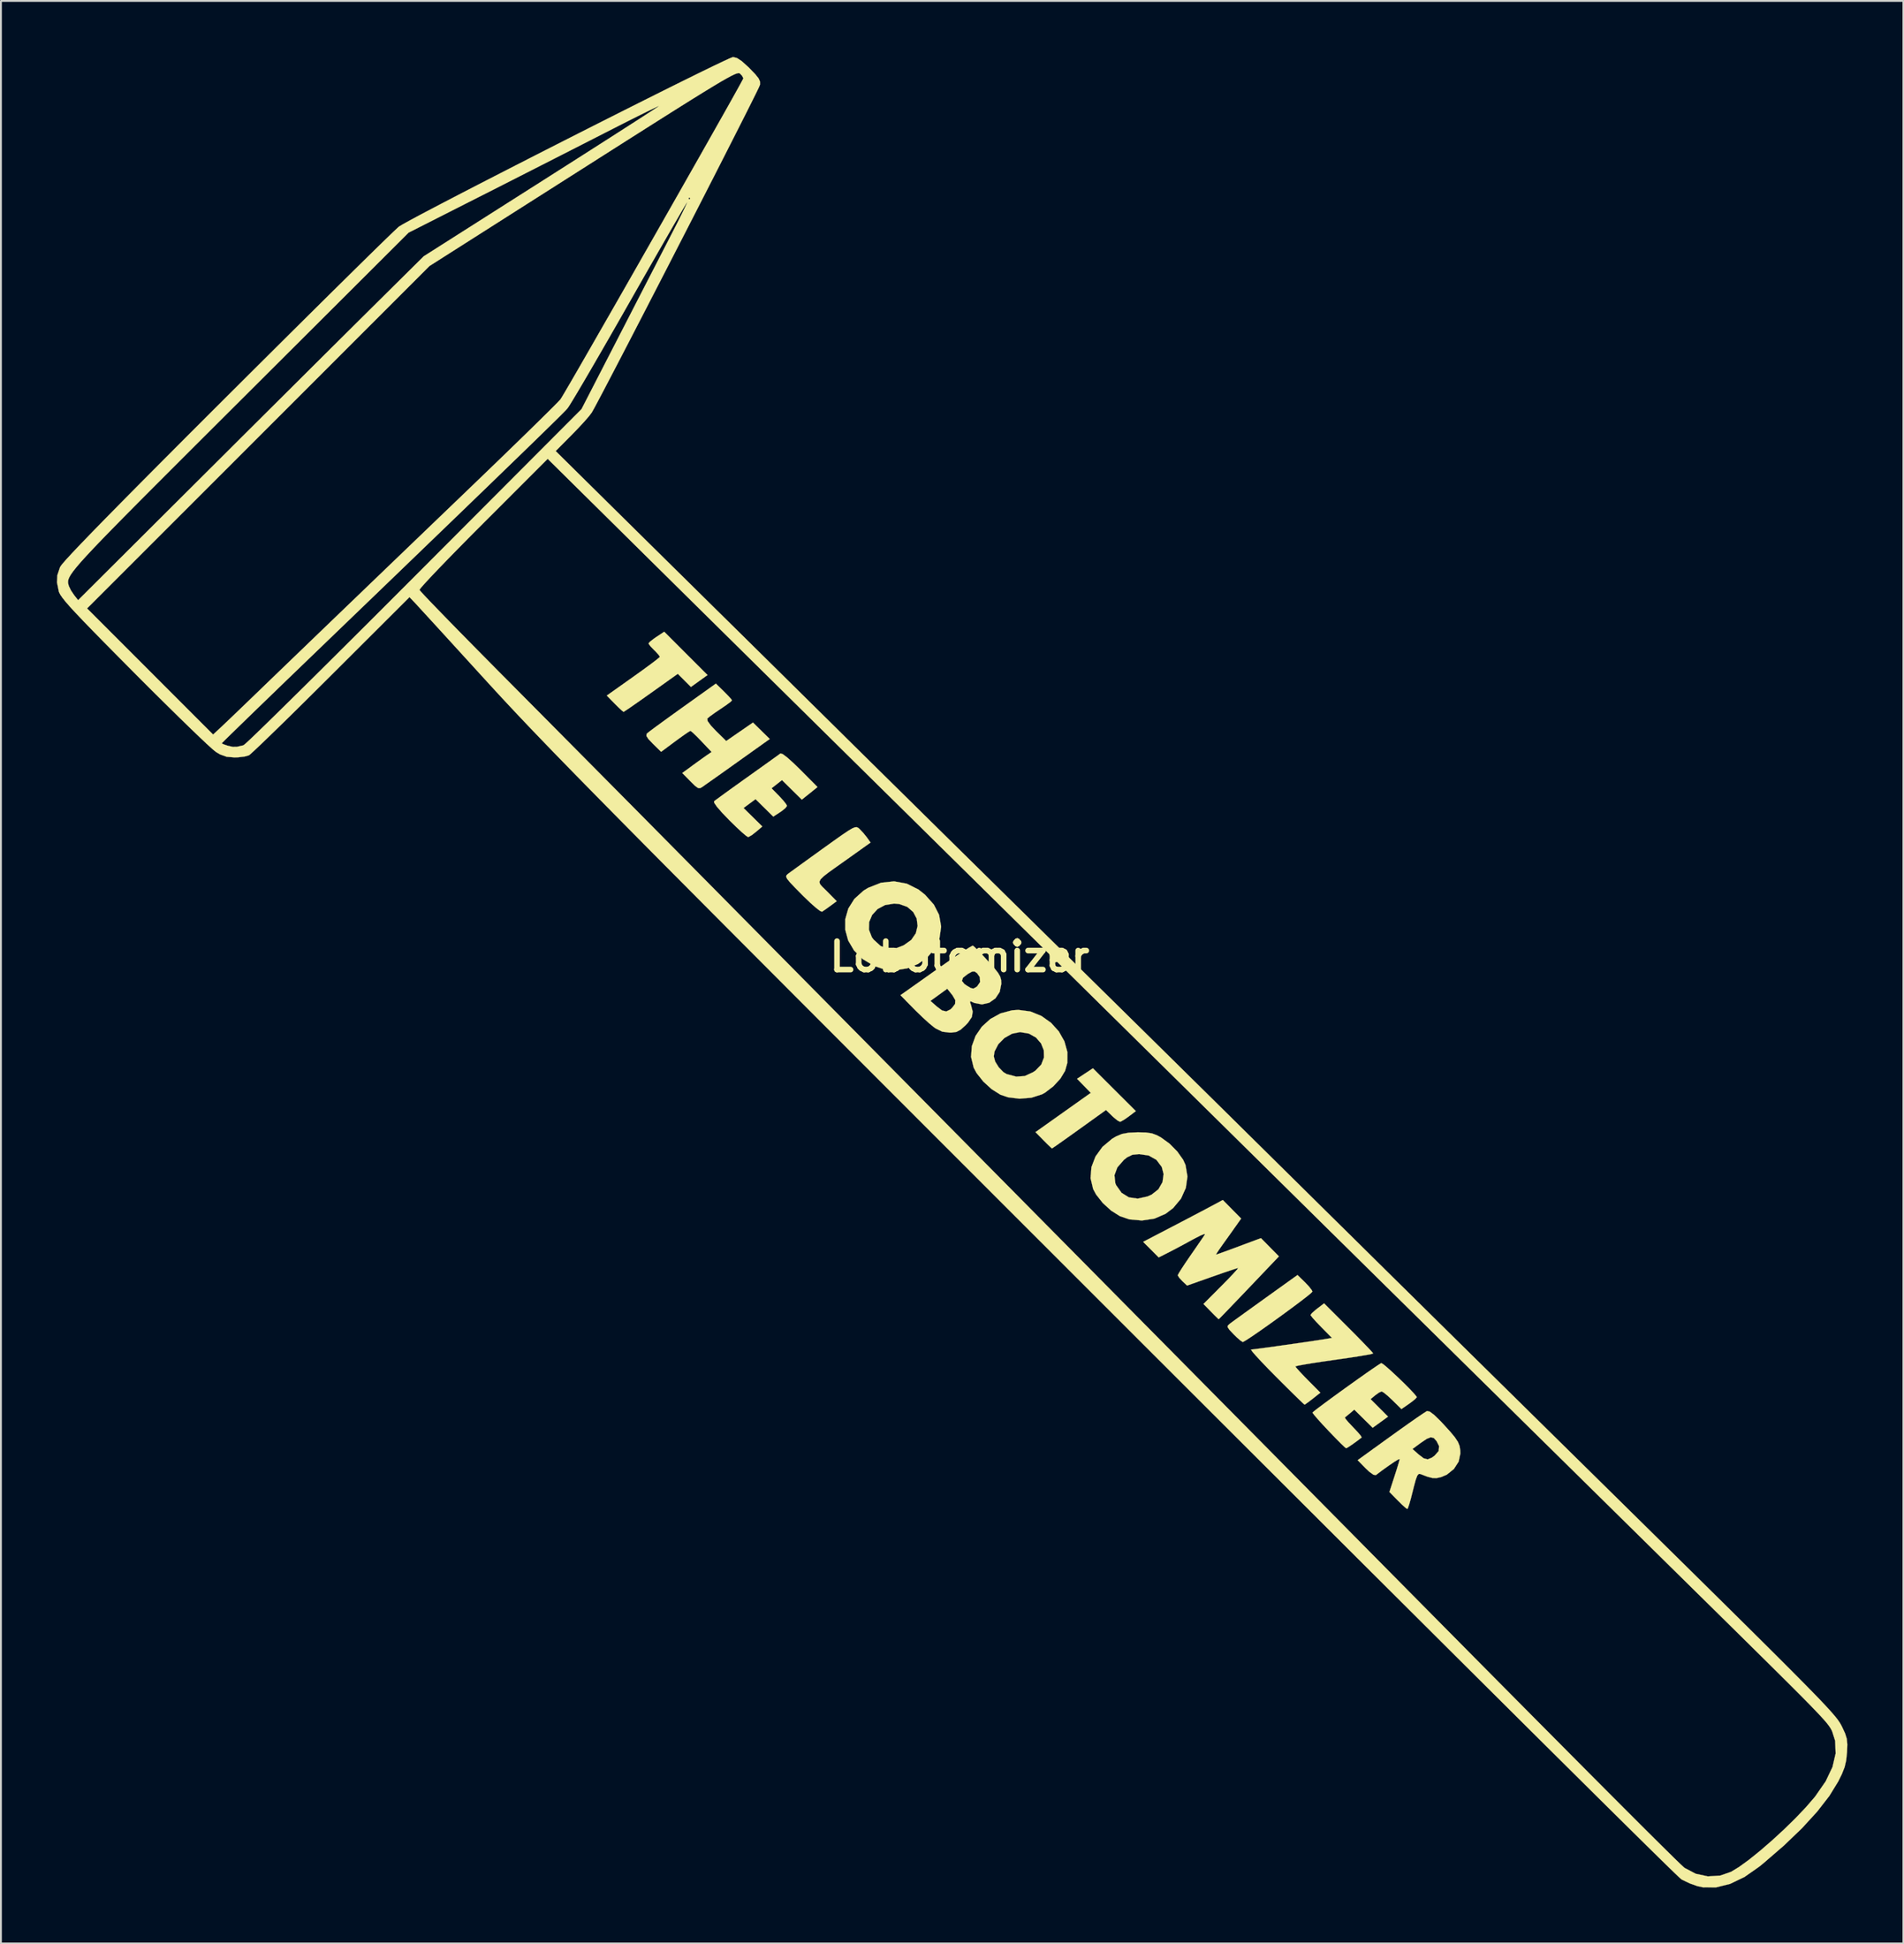
<source format=kicad_pcb>
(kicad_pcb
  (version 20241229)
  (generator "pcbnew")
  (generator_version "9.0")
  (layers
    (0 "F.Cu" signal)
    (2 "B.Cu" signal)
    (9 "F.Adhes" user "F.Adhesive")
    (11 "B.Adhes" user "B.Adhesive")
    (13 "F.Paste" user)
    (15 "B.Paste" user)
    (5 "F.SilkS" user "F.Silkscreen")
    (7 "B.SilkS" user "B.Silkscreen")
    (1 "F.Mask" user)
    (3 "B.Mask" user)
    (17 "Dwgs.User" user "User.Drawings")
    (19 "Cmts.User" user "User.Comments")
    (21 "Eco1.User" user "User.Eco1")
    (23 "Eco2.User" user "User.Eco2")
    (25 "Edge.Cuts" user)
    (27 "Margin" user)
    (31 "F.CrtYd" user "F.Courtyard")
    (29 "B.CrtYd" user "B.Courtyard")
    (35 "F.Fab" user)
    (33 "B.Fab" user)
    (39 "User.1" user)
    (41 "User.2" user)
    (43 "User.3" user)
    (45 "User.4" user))
  (footprint "Lobotomizer"
    (layer "F.Cu")
    (at 48.349 48.163)
    (property "Reference" "Lobotomizer" (at 0 0 0) (layer "F.SilkS") (effects (font (size 1.524 1.524) (thickness 0.3))))
    (attr through_hole)
    (fp_poly (pts (xy 8.288 7.12) (xy 9.437 8.265) (xy 9.062 8.549) (xy 8.818 8.72) (xy 8.635 8.823) (xy 8.59 8.836) (xy 8.464 8.773) (xy 8.26 8.609) (xy 8.166 8.522) (xy 7.84 8.206) (xy 6.407 9.234) (xy 5.94 9.568) (xy 5.533 9.857) (xy 5.214 10.082) (xy 5.01 10.222) (xy 4.947 10.262) (xy 4.867 10.195) (xy 4.688 10.023) (xy 4.492 9.826) (xy 4.064 9.391) (xy 5.545 8.34) (xy 7.026 7.289) (xy 6.658 6.912) (xy 6.29 6.535) (xy 7.139 5.974) (xy 8.288 7.12)) (stroke (width 0.01) (type solid)) (fill yes) (layer "F.SilkS"))
    (fp_poly (pts (xy 18.497 17.43) (xy 18.719 17.665) (xy 18.863 17.853) (xy 18.895 17.928) (xy 18.816 18.012) (xy 18.598 18.19) (xy 18.271 18.443) (xy 17.864 18.748) (xy 17.405 19.086) (xy 16.924 19.435) (xy 16.448 19.775) (xy 16.008 20.084) (xy 15.632 20.341) (xy 15.348 20.526) (xy 15.187 20.618) (xy 15.165 20.625) (xy 15.052 20.557) (xy 14.851 20.383) (xy 14.676 20.212) (xy 14.453 19.975) (xy 14.356 19.835) (xy 14.368 19.742) (xy 14.473 19.648) (xy 14.478 19.644) (xy 14.62 19.539) (xy 14.899 19.336) (xy 15.287 19.056) (xy 15.755 18.72) (xy 16.275 18.346) (xy 16.389 18.264) (xy 18.097 17.04) (xy 18.497 17.43)) (stroke (width 0.01) (type solid)) (fill yes) (layer "F.SilkS"))
    (fp_poly (pts (xy -14.663 -16.236) (xy -13.504 -15.078) (xy -13.948 -14.759) (xy -14.392 -14.44) (xy -14.744 -14.792) (xy -15.096 -15.144) (xy -16.527 -14.125) (xy -16.996 -13.793) (xy -17.406 -13.506) (xy -17.728 -13.283) (xy -17.936 -13.145) (xy -18 -13.106) (xy -18.088 -13.173) (xy -18.273 -13.346) (xy -18.47 -13.542) (xy -18.898 -13.978) (xy -17.476 -14.986) (xy -17.01 -15.319) (xy -16.608 -15.613) (xy -16.297 -15.847) (xy -16.104 -16.002) (xy -16.053 -16.055) (xy -16.12 -16.157) (xy -16.286 -16.339) (xy -16.358 -16.408) (xy -16.548 -16.606) (xy -16.654 -16.746) (xy -16.662 -16.77) (xy -16.585 -16.861) (xy -16.387 -17.016) (xy -16.242 -17.117) (xy -15.821 -17.395) (xy -14.663 -16.236)) (stroke (width 0.01) (type solid)) (fill yes) (layer "F.SilkS"))
    (fp_poly (pts (xy -5.432 -6.897) (xy -5.371 -6.846) (xy -5.154 -6.618) (xy -4.966 -6.383) (xy -4.772 -6.111) (xy -6.018 -5.223) (xy -6.582 -4.824) (xy -7 -4.525) (xy -7.284 -4.305) (xy -7.449 -4.142) (xy -7.51 -4.012) (xy -7.481 -3.893) (xy -7.375 -3.763) (xy -7.207 -3.599) (xy -7.106 -3.499) (xy -6.585 -2.971) (xy -6.925 -2.72) (xy -7.165 -2.547) (xy -7.344 -2.426) (xy -7.373 -2.408) (xy -7.481 -2.454) (xy -7.699 -2.622) (xy -7.999 -2.887) (xy -8.351 -3.224) (xy -8.44 -3.313) (xy -8.824 -3.703) (xy -9.083 -3.976) (xy -9.232 -4.158) (xy -9.29 -4.276) (xy -9.275 -4.356) (xy -9.205 -4.424) (xy -9.195 -4.432) (xy -9.053 -4.537) (xy -8.774 -4.739) (xy -8.386 -5.02) (xy -7.919 -5.357) (xy -7.4 -5.731) (xy -7.287 -5.812) (xy -6.716 -6.221) (xy -6.286 -6.525) (xy -5.974 -6.735) (xy -5.756 -6.865) (xy -5.609 -6.927) (xy -5.509 -6.933) (xy -5.432 -6.897)) (stroke (width 0.01) (type solid)) (fill yes) (layer "F.SilkS"))
    (fp_poly (pts (xy -9.479 -10.847) (xy -9.245 -10.673) (xy -8.907 -10.371) (xy -8.55 -10.024) (xy -7.613 -9.082) (xy -8.452 -8.408) (xy -8.983 -8.932) (xy -9.514 -9.456) (xy -10.074 -9.015) (xy -9.66 -8.593) (xy -9.436 -8.349) (xy -9.286 -8.156) (xy -9.247 -8.073) (xy -9.326 -7.963) (xy -9.522 -7.801) (xy -9.615 -7.738) (xy -9.982 -7.5) (xy -10.931 -8.435) (xy -11.253 -8.197) (xy -11.574 -7.96) (xy -11.072 -7.466) (xy -10.57 -6.971) (xy -10.899 -6.69) (xy -11.125 -6.514) (xy -11.297 -6.414) (xy -11.331 -6.405) (xy -11.438 -6.472) (xy -11.656 -6.657) (xy -11.954 -6.933) (xy -12.302 -7.273) (xy -12.343 -7.314) (xy -12.732 -7.719) (xy -13.003 -8.032) (xy -13.144 -8.239) (xy -13.154 -8.318) (xy -13.044 -8.402) (xy -12.795 -8.585) (xy -12.434 -8.847) (xy -11.987 -9.168) (xy -11.481 -9.53) (xy -11.379 -9.602) (xy -10.864 -9.97) (xy -10.402 -10.299) (xy -10.021 -10.573) (xy -9.746 -10.77) (xy -9.605 -10.873) (xy -9.595 -10.88) (xy -9.479 -10.847)) (stroke (width 0.01) (type solid)) (fill yes) (layer "F.SilkS"))
    (fp_poly (pts (xy -2.836 -3.911) (xy -2.201 -3.594) (xy -1.854 -3.318) (xy -1.382 -2.79) (xy -1.101 -2.242) (xy -0.996 -1.645) (xy -0.994 -1.584) (xy -1.082 -0.972) (xy -1.337 -0.427) (xy -1.728 0.032) (xy -2.228 0.388) (xy -2.804 0.624) (xy -3.429 0.722) (xy -4.071 0.666) (xy -4.572 0.5) (xy -5.189 0.13) (xy -5.655 -0.335) (xy -5.968 -0.866) (xy -6.124 -1.436) (xy -6.124 -1.447) (xy -4.859 -1.447) (xy -4.702 -1.043) (xy -4.606 -0.913) (xy -4.229 -0.571) (xy -3.825 -0.424) (xy -3.369 -0.465) (xy -3.002 -0.607) (xy -2.592 -0.895) (xy -2.345 -1.254) (xy -2.25 -1.649) (xy -2.299 -2.04) (xy -2.485 -2.391) (xy -2.798 -2.664) (xy -3.23 -2.821) (xy -3.505 -2.845) (xy -3.995 -2.765) (xy -4.395 -2.551) (xy -4.686 -2.236) (xy -4.847 -1.856) (xy -4.859 -1.447) (xy -6.124 -1.447) (xy -6.123 -2.016) (xy -5.962 -2.577) (xy -5.638 -3.093) (xy -5.15 -3.533) (xy -4.898 -3.687) (xy -4.205 -3.96) (xy -3.511 -4.034) (xy -2.836 -3.911)) (stroke (width 0.01) (type solid)) (fill yes) (layer "F.SilkS"))
    (fp_poly (pts (xy 3.792 2.933) (xy 4.381 3.173) (xy 4.895 3.538) (xy 5.313 4) (xy 5.612 4.531) (xy 5.771 5.102) (xy 5.768 5.685) (xy 5.648 6.11) (xy 5.397 6.526) (xy 5.02 6.936) (xy 4.585 7.27) (xy 4.406 7.369) (xy 3.842 7.549) (xy 3.208 7.601) (xy 2.587 7.525) (xy 2.184 7.386) (xy 1.713 7.089) (xy 1.266 6.681) (xy 0.908 6.227) (xy 0.752 5.936) (xy 0.613 5.362) (xy 0.615 5.337) (xy 1.829 5.337) (xy 1.905 5.616) (xy 2.096 5.923) (xy 2.343 6.178) (xy 2.515 6.282) (xy 3.032 6.42) (xy 3.484 6.39) (xy 3.933 6.184) (xy 4.061 6.098) (xy 4.373 5.774) (xy 4.517 5.398) (xy 4.508 5.008) (xy 4.361 4.639) (xy 4.091 4.329) (xy 3.713 4.116) (xy 3.24 4.036) (xy 3.238 4.036) (xy 2.803 4.123) (xy 2.398 4.353) (xy 2.072 4.684) (xy 1.87 5.072) (xy 1.829 5.337) (xy 0.615 5.337) (xy 0.655 4.788) (xy 0.854 4.24) (xy 1.191 3.747) (xy 1.644 3.336) (xy 2.192 3.034) (xy 2.812 2.869) (xy 3.15 2.847) (xy 3.792 2.933)) (stroke (width 0.01) (type solid)) (fill yes) (layer "F.SilkS"))
    (fp_poly (pts (xy 9.986 9.411) (xy 10.299 9.458) (xy 10.569 9.559) (xy 10.786 9.677) (xy 11.245 10.011) (xy 11.657 10.428) (xy 11.97 10.869) (xy 12.099 11.151) (xy 12.201 11.766) (xy 12.115 12.377) (xy 11.856 12.951) (xy 11.437 13.455) (xy 11.03 13.763) (xy 10.432 14.021) (xy 9.765 14.121) (xy 9.094 14.061) (xy 8.585 13.889) (xy 8.114 13.591) (xy 7.667 13.183) (xy 7.309 12.729) (xy 7.153 12.438) (xy 7.014 11.858) (xy 7.027 11.698) (xy 8.292 11.698) (xy 8.338 12.121) (xy 8.384 12.233) (xy 8.675 12.642) (xy 9.066 12.883) (xy 9.534 12.951) (xy 10.056 12.838) (xy 10.286 12.736) (xy 10.647 12.452) (xy 10.867 12.068) (xy 10.926 11.638) (xy 10.828 11.256) (xy 10.541 10.874) (xy 10.124 10.641) (xy 9.614 10.566) (xy 9.256 10.602) (xy 8.972 10.738) (xy 8.798 10.876) (xy 8.446 11.281) (xy 8.292 11.698) (xy 7.027 11.698) (xy 7.06 11.267) (xy 7.277 10.697) (xy 7.651 10.18) (xy 8.167 9.747) (xy 8.382 9.62) (xy 8.692 9.49) (xy 9.055 9.422) (xy 9.543 9.4) (xy 9.55 9.4) (xy 9.986 9.411)) (stroke (width 0.01) (type solid)) (fill yes) (layer "F.SilkS"))
    (fp_poly (pts (xy -12.624 -14.197) (xy -12.394 -13.963) (xy -12.237 -13.788) (xy -12.193 -13.72) (xy -12.271 -13.642) (xy -12.479 -13.486) (xy -12.772 -13.286) (xy -12.808 -13.262) (xy -13.125 -13.047) (xy -13.377 -12.865) (xy -13.513 -12.751) (xy -13.516 -12.747) (xy -13.498 -12.612) (xy -13.318 -12.366) (xy -13.056 -12.09) (xy -12.503 -11.545) (xy -11.786 -12.039) (xy -11.069 -12.534) (xy -10.172 -11.654) (xy -11.614 -10.627) (xy -12.105 -10.277) (xy -12.554 -9.957) (xy -12.93 -9.691) (xy -13.198 -9.501) (xy -13.31 -9.423) (xy -13.574 -9.237) (xy -13.772 -9.095) (xy -13.898 -9.022) (xy -14.015 -9.032) (xy -14.173 -9.148) (xy -14.417 -9.388) (xy -14.854 -9.833) (xy -14.311 -10.231) (xy -13.987 -10.466) (xy -13.695 -10.675) (xy -13.526 -10.794) (xy -13.285 -10.959) (xy -13.82 -11.524) (xy -14.082 -11.794) (xy -14.291 -11.994) (xy -14.408 -12.088) (xy -14.417 -12.09) (xy -14.52 -12.034) (xy -14.746 -11.881) (xy -15.055 -11.661) (xy -15.234 -11.529) (xy -15.989 -10.968) (xy -16.428 -11.398) (xy -16.67 -11.653) (xy -16.775 -11.816) (xy -16.763 -11.926) (xy -16.739 -11.954) (xy -16.621 -12.049) (xy -16.364 -12.242) (xy -15.993 -12.513) (xy -15.536 -12.845) (xy -15.018 -13.217) (xy -14.834 -13.349) (xy -13.056 -14.618) (xy -12.624 -14.197)) (stroke (width 0.01) (type solid)) (fill yes) (layer "F.SilkS"))
    (fp_poly (pts (xy 20.835 19.87) (xy 21.253 20.289) (xy 21.615 20.66) (xy 21.901 20.957) (xy 22.086 21.158) (xy 22.149 21.237) (xy 22.053 21.268) (xy 21.785 21.32) (xy 21.376 21.389) (xy 20.854 21.47) (xy 20.249 21.558) (xy 20.066 21.584) (xy 19.443 21.673) (xy 18.894 21.757) (xy 18.45 21.831) (xy 18.139 21.889) (xy 17.991 21.926) (xy 17.983 21.932) (xy 18.05 22.026) (xy 18.23 22.227) (xy 18.49 22.501) (xy 18.652 22.665) (xy 19.32 23.338) (xy 18.916 23.658) (xy 18.679 23.84) (xy 18.516 23.956) (xy 18.475 23.978) (xy 18.396 23.909) (xy 18.195 23.718) (xy 17.894 23.425) (xy 17.516 23.052) (xy 17.083 22.62) (xy 16.967 22.504) (xy 16.532 22.064) (xy 16.16 21.675) (xy 15.869 21.361) (xy 15.679 21.141) (xy 15.608 21.037) (xy 15.613 21.031) (xy 15.747 21.017) (xy 16.043 20.979) (xy 16.463 20.923) (xy 16.968 20.853) (xy 17.52 20.775) (xy 18.081 20.695) (xy 18.611 20.618) (xy 19.073 20.549) (xy 19.427 20.495) (xy 19.598 20.467) (xy 19.943 20.407) (xy 19.37 19.827) (xy 19.102 19.549) (xy 18.901 19.325) (xy 18.801 19.194) (xy 18.796 19.179) (xy 18.87 19.082) (xy 19.055 18.916) (xy 19.158 18.835) (xy 19.521 18.558) (xy 20.835 19.87)) (stroke (width 0.01) (type solid)) (fill yes) (layer "F.SilkS"))
    (fp_poly (pts (xy 22.682 21.81) (xy 22.887 21.978) (xy 23.165 22.227) (xy 23.483 22.524) (xy 23.806 22.836) (xy 24.1 23.131) (xy 24.331 23.376) (xy 24.465 23.539) (xy 24.486 23.581) (xy 24.409 23.671) (xy 24.215 23.829) (xy 24.075 23.93) (xy 23.664 24.215) (xy 23.182 23.741) (xy 22.923 23.5) (xy 22.714 23.33) (xy 22.603 23.27) (xy 22.462 23.332) (xy 22.26 23.477) (xy 22.257 23.479) (xy 22.011 23.684) (xy 22.479 24.152) (xy 22.946 24.62) (xy 22.535 24.918) (xy 22.124 25.216) (xy 21.139 24.245) (xy 20.907 24.441) (xy 20.728 24.589) (xy 20.631 24.665) (xy 20.674 24.745) (xy 20.829 24.929) (xy 21.064 25.178) (xy 21.082 25.197) (xy 21.321 25.45) (xy 21.483 25.642) (xy 21.534 25.734) (xy 21.533 25.736) (xy 21.291 25.921) (xy 21.035 26.106) (xy 20.821 26.25) (xy 20.706 26.314) (xy 20.703 26.314) (xy 20.616 26.245) (xy 20.418 26.056) (xy 20.139 25.774) (xy 19.806 25.429) (xy 19.773 25.395) (xy 19.44 25.04) (xy 19.166 24.736) (xy 18.978 24.515) (xy 18.902 24.407) (xy 18.902 24.404) (xy 18.981 24.331) (xy 19.198 24.163) (xy 19.524 23.919) (xy 19.929 23.621) (xy 20.386 23.289) (xy 20.864 22.945) (xy 21.335 22.609) (xy 21.77 22.302) (xy 22.14 22.045) (xy 22.417 21.858) (xy 22.571 21.762) (xy 22.584 21.756) (xy 22.682 21.81)) (stroke (width 0.01) (type solid)) (fill yes) (layer "F.SilkS"))
    (fp_poly (pts (xy 14.587 13.521) (xy 15.078 14.018) (xy 14.771 14.451) (xy 14.536 14.783) (xy 14.257 15.173) (xy 14.081 15.418) (xy 13.891 15.689) (xy 13.765 15.881) (xy 13.732 15.951) (xy 13.835 15.917) (xy 14.091 15.826) (xy 14.462 15.691) (xy 14.91 15.525) (xy 14.954 15.508) (xy 16.14 15.066) (xy 17.101 16.042) (xy 15.498 17.724) (xy 15.039 18.204) (xy 14.631 18.63) (xy 14.291 18.983) (xy 14.041 19.241) (xy 13.9 19.384) (xy 13.876 19.406) (xy 13.802 19.339) (xy 13.629 19.169) (xy 13.461 18.998) (xy 13.062 18.59) (xy 14.022 17.626) (xy 14.369 17.274) (xy 14.65 16.979) (xy 14.841 16.768) (xy 14.918 16.667) (xy 14.916 16.662) (xy 14.802 16.695) (xy 14.532 16.783) (xy 14.145 16.914) (xy 13.676 17.078) (xy 13.517 17.133) (xy 12.183 17.604) (xy 11.934 17.37) (xy 11.764 17.188) (xy 11.685 17.061) (xy 11.684 17.055) (xy 11.739 16.944) (xy 11.889 16.704) (xy 12.11 16.369) (xy 12.377 15.98) (xy 12.654 15.58) (xy 12.892 15.234) (xy 13.065 14.981) (xy 13.144 14.859) (xy 13.099 14.846) (xy 12.912 14.92) (xy 12.621 15.066) (xy 12.477 15.144) (xy 12.043 15.381) (xy 11.594 15.621) (xy 11.224 15.814) (xy 11.2 15.826) (xy 10.664 16.097) (xy 10.248 15.68) (xy 9.831 15.264) (xy 11.342 14.477) (xy 11.903 14.185) (xy 12.453 13.896) (xy 12.945 13.638) (xy 13.33 13.434) (xy 13.475 13.357) (xy 14.097 13.023) (xy 14.587 13.521)) (stroke (width 0.01) (type solid)) (fill yes) (layer "F.SilkS"))
    (fp_poly (pts (xy 25.177 24.35) (xy 25.406 24.52) (xy 25.736 24.84) (xy 25.884 24.996) (xy 26.266 25.415) (xy 26.527 25.728) (xy 26.69 25.975) (xy 26.778 26.194) (xy 26.813 26.425) (xy 26.819 26.59) (xy 26.728 27.028) (xy 26.473 27.423) (xy 26.094 27.727) (xy 25.806 27.85) (xy 25.559 27.908) (xy 25.332 27.907) (xy 25.058 27.836) (xy 24.674 27.69) (xy 24.59 27.688) (xy 24.513 27.778) (xy 24.432 27.991) (xy 24.332 28.357) (xy 24.273 28.594) (xy 24.169 29.005) (xy 24.075 29.331) (xy 24.005 29.527) (xy 23.979 29.566) (xy 23.882 29.499) (xy 23.688 29.324) (xy 23.47 29.109) (xy 23.021 28.652) (xy 23.296 27.807) (xy 23.42 27.419) (xy 23.515 27.107) (xy 23.566 26.919) (xy 23.571 26.889) (xy 23.496 26.911) (xy 23.293 27.034) (xy 22.994 27.236) (xy 22.633 27.495) (xy 22.294 27.75) (xy 22.163 27.729) (xy 21.939 27.568) (xy 21.753 27.392) (xy 21.32 26.951) (xy 22.149 26.352) (xy 24.255 26.352) (xy 24.575 26.638) (xy 24.851 26.85) (xy 25.069 26.908) (xy 25.296 26.816) (xy 25.437 26.713) (xy 25.657 26.464) (xy 25.681 26.199) (xy 25.547 25.931) (xy 25.399 25.766) (xy 25.239 25.723) (xy 25.022 25.807) (xy 24.701 26.024) (xy 24.695 26.028) (xy 24.255 26.352) (xy 22.149 26.352) (xy 23.097 25.668) (xy 23.63 25.286) (xy 24.114 24.943) (xy 24.523 24.658) (xy 24.83 24.45) (xy 25.009 24.336) (xy 25.036 24.322) (xy 25.177 24.35)) (stroke (width 0.01) (type solid)) (fill yes) (layer "F.SilkS"))
    (fp_poly (pts (xy 0.811 -0.506) (xy 1.016 -0.304) (xy 1.29 -0.016) (xy 1.517 0.231) (xy 1.842 0.595) (xy 2.052 0.857) (xy 2.17 1.058) (xy 2.222 1.24) (xy 2.233 1.447) (xy 2.233 1.45) (xy 2.146 1.884) (xy 1.916 2.231) (xy 1.586 2.463) (xy 1.196 2.553) (xy 0.789 2.475) (xy 0.706 2.436) (xy 0.575 2.381) (xy 0.561 2.451) (xy 0.611 2.595) (xy 0.7 2.941) (xy 0.653 3.23) (xy 0.453 3.525) (xy 0.317 3.67) (xy 0.054 3.908) (xy -0.169 4.026) (xy -0.438 4.063) (xy -0.532 4.064) (xy -0.928 4.014) (xy -1.285 3.839) (xy -1.382 3.77) (xy -1.633 3.564) (xy -1.966 3.262) (xy -2.325 2.916) (xy -2.472 2.769) (xy -2.868 2.365) (xy -1.562 2.365) (xy -1.236 2.656) (xy -0.944 2.876) (xy -0.714 2.931) (xy -0.497 2.826) (xy -0.406 2.743) (xy -0.242 2.529) (xy -0.231 2.326) (xy -0.376 2.074) (xy -0.433 2) (xy -0.662 1.714) (xy -1.112 2.04) (xy -1.562 2.365) (xy -2.868 2.365) (xy -3.167 2.06) (xy -2.084 1.294) (xy 0.122 1.294) (xy 0.255 1.462) (xy 0.381 1.549) (xy 0.603 1.679) (xy 0.737 1.707) (xy 0.867 1.64) (xy 0.94 1.586) (xy 1.096 1.359) (xy 1.081 1.091) (xy 0.938 0.885) (xy 0.803 0.789) (xy 0.668 0.796) (xy 0.454 0.915) (xy 0.43 0.93) (xy 0.18 1.126) (xy 0.122 1.294) (xy -2.084 1.294) (xy -1.273 0.719) (xy -0.728 0.336) (xy -0.236 -0.001) (xy 0.178 -0.277) (xy 0.489 -0.475) (xy 0.672 -0.579) (xy 0.71 -0.591) (xy 0.811 -0.506)) (stroke (width 0.01) (type solid)) (fill yes) (layer "F.SilkS"))
    (fp_poly (pts (xy -11.927 -48.108) (xy -11.672 -47.941) (xy -11.335 -47.637) (xy -11.248 -47.552) (xy -10.946 -47.239) (xy -10.771 -47.02) (xy -10.694 -46.853) (xy -10.692 -46.695) (xy -10.698 -46.663) (xy -10.75 -46.543) (xy -10.887 -46.258) (xy -11.103 -45.824) (xy -11.388 -45.254) (xy -11.736 -44.566) (xy -12.138 -43.773) (xy -12.586 -42.892) (xy -13.073 -41.936) (xy -13.591 -40.923) (xy -14.132 -39.866) (xy -14.688 -38.782) (xy -15.252 -37.685) (xy -15.814 -36.591) (xy -16.369 -35.515) (xy -16.907 -34.472) (xy -17.422 -33.477) (xy -17.904 -32.546) (xy -18.347 -31.694) (xy -18.742 -30.937) (xy -19.081 -30.289) (xy -19.358 -29.765) (xy -19.563 -29.382) (xy -19.69 -29.154) (xy -19.71 -29.121) (xy -19.852 -28.934) (xy -20.103 -28.645) (xy -20.427 -28.295) (xy -20.764 -27.948) (xy -21.638 -27.068) (xy -19.226 -24.686) (xy -18.629 -24.096) (xy -17.916 -23.393) (xy -17.118 -22.605) (xy -16.264 -21.763) (xy -15.384 -20.894) (xy -14.507 -20.03) (xy -13.664 -19.198) (xy -13.259 -18.798) (xy -12.384 -17.936) (xy -11.404 -16.97) (xy -10.359 -15.938) (xy -9.287 -14.881) (xy -8.229 -13.836) (xy -7.222 -12.843) (xy -6.308 -11.94) (xy -6.096 -11.73) (xy -5.482 -11.124) (xy -4.741 -10.393) (xy -3.889 -9.553) (xy -2.945 -8.623) (xy -1.926 -7.618) (xy -0.849 -6.557) (xy 0.269 -5.455) (xy 1.41 -4.332) (xy 2.557 -3.202) (xy 3.692 -2.085) (xy 4.724 -1.068) (xy 5.83 0.02) (xy 6.961 1.134) (xy 8.1 2.256) (xy 9.231 3.37) (xy 10.337 4.459) (xy 11.399 5.506) (xy 12.401 6.494) (xy 13.327 7.406) (xy 14.158 8.225) (xy 14.877 8.935) (xy 15.443 9.494) (xy 17.042 11.073) (xy 18.513 12.525) (xy 19.873 13.868) (xy 21.138 15.116) (xy 22.325 16.288) (xy 23.451 17.399) (xy 24.532 18.465) (xy 25.585 19.504) (xy 26.626 20.53) (xy 27.673 21.562) (xy 28.742 22.615) (xy 29.849 23.705) (xy 31.011 24.85) (xy 32.245 26.065) (xy 33.376 27.178) (xy 35.02 28.797) (xy 36.526 30.28) (xy 37.899 31.633) (xy 39.147 32.862) (xy 40.274 33.975) (xy 41.289 34.977) (xy 42.196 35.874) (xy 43.002 36.673) (xy 43.714 37.381) (xy 44.337 38.004) (xy 44.878 38.547) (xy 45.344 39.018) (xy 45.74 39.423) (xy 46.073 39.767) (xy 46.349 40.059) (xy 46.574 40.303) (xy 46.755 40.506) (xy 46.898 40.675) (xy 47.01 40.815) (xy 47.095 40.934) (xy 47.162 41.038) (xy 47.216 41.133) (xy 47.262 41.223) (xy 47.429 41.583) (xy 47.517 41.868) (xy 47.545 42.168) (xy 47.53 42.575) (xy 47.528 42.598) (xy 47.485 43.02) (xy 47.402 43.378) (xy 47.254 43.754) (xy 47.057 44.153) (xy 46.583 44.924) (xy 45.933 45.761) (xy 45.119 46.65) (xy 44.152 47.578) (xy 43.046 48.533) (xy 42.824 48.713) (xy 42.037 49.263) (xy 41.264 49.633) (xy 40.519 49.818) (xy 39.815 49.816) (xy 39.517 49.753) (xy 39.125 49.613) (xy 38.733 49.429) (xy 38.654 49.384) (xy 38.555 49.296) (xy 38.317 49.07) (xy 37.945 48.709) (xy 37.444 48.219) (xy 36.818 47.604) (xy 36.073 46.869) (xy 35.213 46.019) (xy 34.242 45.059) (xy 33.167 43.993) (xy 31.99 42.826) (xy 30.719 41.564) (xy 29.356 40.209) (xy 27.907 38.769) (xy 26.376 37.246) (xy 24.77 35.647) (xy 23.091 33.975) (xy 21.345 32.236) (xy 19.538 30.434) (xy 17.673 28.574) (xy 15.755 26.661) (xy 13.789 24.699) (xy 11.781 22.694) (xy 9.734 20.65) (xy 8.296 19.213) (xy 5.791 16.71) (xy 3.424 14.345) (xy 1.193 12.115) (xy -0.909 10.014) (xy -2.885 8.038) (xy -4.74 6.183) (xy -6.478 4.443) (xy -8.105 2.815) (xy -9.624 1.293) (xy -11.041 -0.127) (xy -12.36 -1.449) (xy -13.585 -2.679) (xy -14.721 -3.821) (xy -15.773 -4.879) (xy -16.745 -5.858) (xy -17.642 -6.764) (xy -18.468 -7.599) (xy -19.228 -8.37) (xy -19.926 -9.08) (xy -20.568 -9.734) (xy -21.157 -10.337) (xy -21.699 -10.894) (xy -22.197 -11.409) (xy -22.656 -11.886) (xy -23.082 -12.331) (xy -23.478 -12.748) (xy -23.849 -13.141) (xy -24.2 -13.516) (xy -24.535 -13.876) (xy -24.859 -14.227) (xy -25.176 -14.572) (xy -25.322 -14.732) (xy -26.025 -15.502) (xy -26.693 -16.234) (xy -27.311 -16.911) (xy -27.867 -17.519) (xy -28.347 -18.043) (xy -28.737 -18.468) (xy -29.023 -18.78) (xy -29.191 -18.962) (xy -29.225 -18.998) (xy -29.466 -19.25) (xy -33.656 -15.071) (xy -34.425 -14.307) (xy -35.155 -13.583) (xy -35.834 -12.914) (xy -36.448 -12.313) (xy -36.984 -11.793) (xy -37.428 -11.366) (xy -37.766 -11.046) (xy -37.986 -10.846) (xy -38.068 -10.78) (xy -38.296 -10.716) (xy -38.632 -10.675) (xy -38.835 -10.668) (xy -39.258 -10.702) (xy -39.612 -10.83) (xy -39.833 -10.961) (xy -39.989 -11.088) (xy -40.273 -11.345) (xy -40.356 -11.422) (xy -39.522 -11.422) (xy -39.436 -11.373) (xy -39.225 -11.3) (xy -39.192 -11.291) (xy -38.933 -11.232) (xy -38.705 -11.236) (xy -38.403 -11.305) (xy -38.354 -11.319) (xy -38.258 -11.397) (xy -38.027 -11.61) (xy -37.671 -11.95) (xy -37.198 -12.408) (xy -36.618 -12.975) (xy -35.938 -13.643) (xy -35.168 -14.402) (xy -34.316 -15.245) (xy -33.392 -16.162) (xy -32.405 -17.144) (xy -31.362 -18.183) (xy -30.274 -19.271) (xy -29.908 -19.637) (xy -28.933 -19.637) (xy -28.932 -19.636) (xy -28.858 -19.544) (xy -28.652 -19.321) (xy -28.326 -18.978) (xy -27.893 -18.53) (xy -27.365 -17.986) (xy -26.754 -17.361) (xy -26.071 -16.667) (xy -25.329 -15.916) (xy -24.541 -15.12) (xy -24.282 -14.86) (xy -23.322 -13.893) (xy -22.251 -12.814) (xy -21.101 -11.655) (xy -19.905 -10.45) (xy -18.695 -9.229) (xy -17.502 -8.026) (xy -16.36 -6.873) (xy -15.301 -5.803) (xy -14.785 -5.282) (xy -12.269 -2.739) (xy -9.639 -0.081) (xy -6.924 2.663) (xy -4.153 5.463) (xy -1.355 8.29) (xy 1.44 11.114) (xy 4.203 13.906) (xy 4.417 14.122) (xy 6.918 16.649) (xy 9.284 19.04) (xy 11.523 21.302) (xy 13.644 23.445) (xy 15.654 25.476) (xy 17.562 27.404) (xy 19.375 29.236) (xy 21.103 30.982) (xy 22.752 32.649) (xy 23.924 33.833) (xy 25.82 35.748) (xy 27.593 37.539) (xy 29.243 39.203) (xy 30.767 40.739) (xy 32.165 42.146) (xy 33.434 43.423) (xy 34.574 44.567) (xy 35.582 45.577) (xy 36.458 46.453) (xy 37.2 47.191) (xy 37.806 47.791) (xy 38.274 48.252) (xy 38.604 48.571) (xy 38.794 48.747) (xy 38.832 48.779) (xy 39.426 49.092) (xy 40.075 49.231) (xy 40.734 49.191) (xy 41.315 48.989) (xy 41.746 48.729) (xy 42.278 48.343) (xy 42.878 47.86) (xy 43.514 47.309) (xy 44.155 46.72) (xy 44.769 46.119) (xy 45.324 45.537) (xy 45.787 45.001) (xy 45.829 44.949) (xy 46.389 44.142) (xy 46.753 43.376) (xy 46.922 42.652) (xy 46.895 41.972) (xy 46.735 41.469) (xy 46.69 41.376) (xy 46.633 41.277) (xy 46.556 41.164) (xy 46.45 41.027) (xy 46.305 40.857) (xy 46.111 40.644) (xy 45.86 40.378) (xy 45.543 40.05) (xy 45.15 39.651) (xy 44.672 39.171) (xy 44.099 38.601) (xy 43.423 37.93) (xy 42.635 37.151) (xy 41.724 36.252) (xy 40.682 35.225) (xy 40.132 34.683) (xy 39.445 34.007) (xy 38.633 33.207) (xy 37.713 32.301) (xy 36.706 31.308) (xy 35.628 30.247) (xy 34.501 29.136) (xy 33.341 27.994) (xy 32.169 26.839) (xy 31.003 25.69) (xy 29.861 24.566) (xy 29.058 23.774) (xy 27.957 22.69) (xy 26.826 21.576) (xy 25.683 20.449) (xy 24.544 19.327) (xy 23.429 18.228) (xy 22.355 17.17) (xy 21.34 16.169) (xy 20.402 15.244) (xy 19.559 14.413) (xy 18.828 13.692) (xy 18.34 13.21) (xy 17.26 12.145) (xy 16.148 11.047) (xy 14.993 9.908) (xy 13.789 8.72) (xy 12.525 7.474) (xy 11.194 6.161) (xy 9.787 4.774) (xy 8.296 3.304) (xy 6.713 1.742) (xy 5.028 0.081) (xy 3.233 -1.687) (xy 1.321 -3.572) (xy -0.718 -5.582) (xy -2.892 -7.725) (xy -3.251 -8.079) (xy -5.848 -10.639) (xy -8.524 -13.279) (xy -11.23 -15.949) (xy -13.92 -18.604) (xy -16.544 -21.196) (xy -18.22 -22.853) (xy -22.065 -26.652) (xy -25.512 -23.206) (xy -26.201 -22.515) (xy -26.843 -21.864) (xy -27.424 -21.27) (xy -27.931 -20.745) (xy -28.349 -20.305) (xy -28.664 -19.964) (xy -28.863 -19.737) (xy -28.933 -19.637) (xy -29.908 -19.637) (xy -29.201 -20.344) (xy -20.252 -29.312) (xy -18.238 -33.223) (xy -17.773 -34.126) (xy -17.303 -35.04) (xy -16.843 -35.934) (xy -16.408 -36.777) (xy -16.016 -37.54) (xy -15.68 -38.191) (xy -15.418 -38.701) (xy -15.361 -38.811) (xy -15.096 -39.33) (xy -14.875 -39.773) (xy -14.709 -40.114) (xy -14.612 -40.327) (xy -14.596 -40.387) (xy -14.597 -40.386) (xy -14.664 -40.282) (xy -14.822 -40.016) (xy -15.062 -39.605) (xy -15.376 -39.065) (xy -15.753 -38.41) (xy -16.186 -37.657) (xy -16.665 -36.821) (xy -17.181 -35.917) (xy -17.717 -34.977) (xy -18.266 -34.015) (xy -18.791 -33.099) (xy -19.284 -32.245) (xy -19.734 -31.469) (xy -20.131 -30.789) (xy -20.467 -30.221) (xy -20.731 -29.781) (xy -20.914 -29.485) (xy -21.003 -29.355) (xy -21.078 -29.272) (xy -21.217 -29.129) (xy -21.424 -28.921) (xy -21.705 -28.644) (xy -22.065 -28.291) (xy -22.508 -27.858) (xy -23.041 -27.34) (xy -23.668 -26.732) (xy -24.395 -26.029) (xy -25.226 -25.225) (xy -26.168 -24.316) (xy -27.224 -23.297) (xy -28.402 -22.163) (xy -29.704 -20.908) (xy -31.138 -19.527) (xy -32.708 -18.017) (xy -34.419 -16.37) (xy -34.469 -16.322) (xy -35.315 -15.507) (xy -36.117 -14.735) (xy -36.862 -14.015) (xy -37.539 -13.36) (xy -38.137 -12.781) (xy -38.642 -12.29) (xy -39.045 -11.898) (xy -39.332 -11.616) (xy -39.492 -11.456) (xy -39.522 -11.422) (xy -40.356 -11.422) (xy -40.67 -11.717) (xy -41.165 -12.192) (xy -41.743 -12.753) (xy -42.388 -13.387) (xy -43.087 -14.078) (xy -43.825 -14.814) (xy -44.212 -15.203) (xy -45.084 -16.081) (xy -45.822 -16.828) (xy -46.437 -17.455) (xy -46.941 -17.976) (xy -47.344 -18.4) (xy -47.569 -18.644) (xy -46.736 -18.644) (xy -43.36 -15.268) (xy -39.984 -11.891) (xy -39.577 -12.27) (xy -39.366 -12.469) (xy -39.043 -12.776) (xy -38.644 -13.159) (xy -38.202 -13.583) (xy -37.898 -13.876) (xy -37.211 -14.539) (xy -36.39 -15.33) (xy -35.448 -16.237) (xy -34.4 -17.246) (xy -33.257 -18.345) (xy -32.033 -19.521) (xy -30.742 -20.762) (xy -29.396 -22.055) (xy -28.009 -23.387) (xy -26.593 -24.746) (xy -26.211 -25.113) (xy -25.395 -25.898) (xy -24.618 -26.647) (xy -23.894 -27.349) (xy -23.235 -27.989) (xy -22.655 -28.556) (xy -22.167 -29.036) (xy -21.784 -29.416) (xy -21.52 -29.684) (xy -21.387 -29.826) (xy -21.378 -29.837) (xy -21.294 -29.971) (xy -21.121 -30.263) (xy -20.866 -30.698) (xy -20.538 -31.263) (xy -20.146 -31.943) (xy -19.698 -32.722) (xy -19.202 -33.586) (xy -18.666 -34.52) (xy -18.099 -35.51) (xy -17.51 -36.541) (xy -16.907 -37.598) (xy -16.298 -38.666) (xy -15.691 -39.731) (xy -15.203 -40.589) (xy -14.529 -40.589) (xy -14.478 -40.538) (xy -14.427 -40.589) (xy -14.478 -40.64) (xy -14.529 -40.589) (xy -15.203 -40.589) (xy -15.095 -40.778) (xy -14.519 -41.793) (xy -13.97 -42.759) (xy -13.458 -43.664) (xy -12.99 -44.492) (xy -12.574 -45.228) (xy -12.22 -45.858) (xy -11.936 -46.367) (xy -11.73 -46.74) (xy -11.61 -46.963) (xy -11.582 -47.022) (xy -11.65 -47.153) (xy -11.762 -47.273) (xy -11.8 -47.295) (xy -11.859 -47.298) (xy -11.947 -47.278) (xy -12.077 -47.226) (xy -12.257 -47.138) (xy -12.498 -47.007) (xy -12.81 -46.828) (xy -13.204 -46.592) (xy -13.69 -46.296) (xy -14.278 -45.932) (xy -14.978 -45.494) (xy -15.8 -44.976) (xy -16.755 -44.372) (xy -17.853 -43.676) (xy -19.104 -42.881) (xy -20.169 -42.204) (xy -28.397 -36.973) (xy -37.566 -27.809) (xy -46.736 -18.644) (xy -47.569 -18.644) (xy -47.658 -18.741) (xy -47.892 -19.01) (xy -48.058 -19.219) (xy -48.168 -19.379) (xy -48.231 -19.502) (xy -48.25 -19.558) (xy -48.344 -20.031) (xy -48.342 -20.085) (xy -47.757 -20.085) (xy -47.752 -19.997) (xy -47.733 -19.913) (xy -47.707 -19.829) (xy -47.598 -19.606) (xy -47.429 -19.355) (xy -47.216 -19.084) (xy -40.55 -25.724) (xy -39.51 -26.759) (xy -38.461 -27.805) (xy -37.416 -28.844) (xy -36.393 -29.861) (xy -35.408 -30.841) (xy -34.476 -31.768) (xy -33.614 -32.625) (xy -32.836 -33.398) (xy -32.16 -34.069) (xy -31.6 -34.624) (xy -31.291 -34.93) (xy -28.699 -37.496) (xy -22.452 -41.465) (xy -21.431 -42.115) (xy -20.458 -42.734) (xy -19.549 -43.314) (xy -18.716 -43.846) (xy -17.974 -44.322) (xy -17.336 -44.731) (xy -16.817 -45.066) (xy -16.429 -45.318) (xy -16.186 -45.478) (xy -16.104 -45.536) (xy -16.166 -45.516) (xy -16.388 -45.412) (xy -16.751 -45.236) (xy -17.235 -44.996) (xy -17.819 -44.703) (xy -18.483 -44.366) (xy -18.999 -44.103) (xy -19.811 -43.688) (xy -20.759 -43.205) (xy -21.797 -42.676) (xy -22.881 -42.125) (xy -23.964 -41.574) (xy -25.001 -41.047) (xy -25.756 -40.665) (xy -29.515 -38.76) (xy -38.582 -29.719) (xy -39.93 -28.376) (xy -41.14 -27.169) (xy -42.221 -26.089) (xy -43.18 -25.13) (xy -44.023 -24.284) (xy -44.758 -23.542) (xy -45.393 -22.897) (xy -45.933 -22.342) (xy -46.387 -21.868) (xy -46.761 -21.468) (xy -47.064 -21.135) (xy -47.3 -20.859) (xy -47.479 -20.634) (xy -47.607 -20.452) (xy -47.691 -20.305) (xy -47.739 -20.185) (xy -47.757 -20.085) (xy -48.342 -20.085) (xy -48.327 -20.421) (xy -48.193 -20.822) (xy -48.167 -20.879) (xy -48.072 -21.01) (xy -47.855 -21.259) (xy -47.513 -21.63) (xy -47.045 -22.123) (xy -46.447 -22.742) (xy -45.718 -23.488) (xy -44.856 -24.364) (xy -43.859 -25.371) (xy -42.723 -26.513) (xy -41.448 -27.791) (xy -40.031 -29.207) (xy -39.152 -30.084) (xy -38.032 -31.2) (xy -36.948 -32.278) (xy -35.91 -33.31) (xy -34.926 -34.286) (xy -34.005 -35.198) (xy -33.157 -36.035) (xy -32.391 -36.791) (xy -31.716 -37.455) (xy -31.14 -38.018) (xy -30.673 -38.472) (xy -30.325 -38.808) (xy -30.103 -39.017) (xy -30.023 -39.087) (xy -29.817 -39.21) (xy -29.453 -39.411) (xy -28.946 -39.684) (xy -28.311 -40.019) (xy -27.563 -40.41) (xy -26.718 -40.849) (xy -25.791 -41.328) (xy -24.796 -41.839) (xy -23.75 -42.375) (xy -22.667 -42.928) (xy -21.562 -43.49) (xy -20.451 -44.054) (xy -19.349 -44.611) (xy -18.27 -45.155) (xy -17.231 -45.677) (xy -16.246 -46.17) (xy -15.331 -46.626) (xy -14.501 -47.037) (xy -13.771 -47.396) (xy -13.155 -47.695) (xy -12.67 -47.926) (xy -12.331 -48.082) (xy -12.152 -48.154) (xy -12.132 -48.158) (xy -11.927 -48.108)) (stroke (width 0.01) (type solid)) (fill yes) (layer "F.SilkS")))
  (gr_rect
    (start -3 -3)
    (end 98.899 100.987)
    (stroke (width 0.1) (type default))
    (fill no)
    (layer "Edge.Cuts")))
</source>
